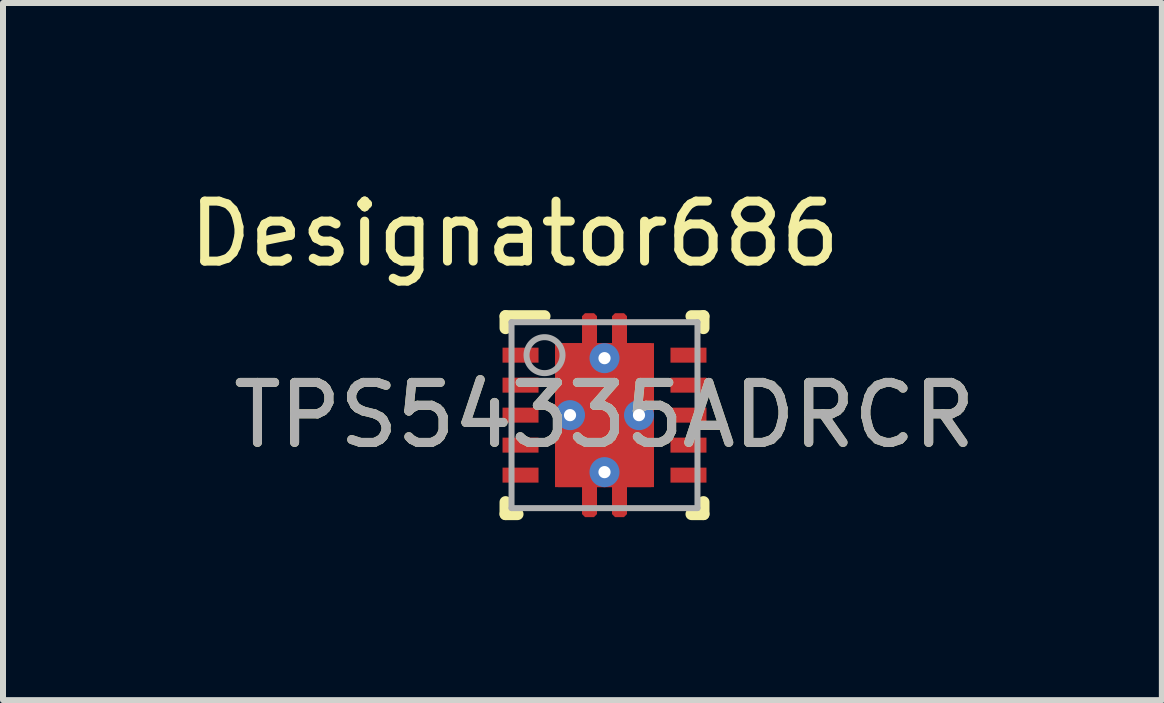
<source format=kicad_pcb>
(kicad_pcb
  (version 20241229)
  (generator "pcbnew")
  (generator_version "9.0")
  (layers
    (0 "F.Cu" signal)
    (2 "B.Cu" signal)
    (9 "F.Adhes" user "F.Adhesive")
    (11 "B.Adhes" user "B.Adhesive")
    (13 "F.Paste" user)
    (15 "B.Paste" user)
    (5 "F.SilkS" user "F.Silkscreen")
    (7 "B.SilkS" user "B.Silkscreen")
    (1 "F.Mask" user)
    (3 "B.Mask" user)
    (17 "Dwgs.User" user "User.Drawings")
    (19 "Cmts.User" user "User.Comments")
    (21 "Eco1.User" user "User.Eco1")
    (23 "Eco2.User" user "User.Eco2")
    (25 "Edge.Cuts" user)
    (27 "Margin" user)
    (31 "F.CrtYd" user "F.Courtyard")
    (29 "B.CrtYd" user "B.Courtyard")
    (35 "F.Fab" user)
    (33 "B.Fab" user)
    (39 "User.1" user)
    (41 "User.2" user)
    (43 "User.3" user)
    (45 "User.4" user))
  (footprint "TPS54335ADRCR"
    (layer "F.Cu")
    (at 7.028 3.871)
    (property "Reference" "TPS54335ADRCR" (at 0 0 0) (unlocked yes) (layer "F.SilkS") (effects (font (size 1 1) (thickness 0.15))))
    (attr smd)
    (fp_poly (pts (xy -0.375 1.65) (xy -0.375 1.2) (xy -0.775 1.2) (xy -0.825 1.15) (xy -0.825 -1.15) (xy -0.775 -1.2) (xy -0.375 -1.2) (xy -0.375 -1.65) (xy -0.325 -1.7) (xy -0.325 -1.7) (xy -0.175 -1.7) (xy -0.175 -1.7) (xy -0.125 -1.65) (xy -0.125 -1.2) (xy 0.125 -1.2) (xy 0.125 -1.65) (xy 0.175 -1.7) (xy 0.175 -1.7) (xy 0.325 -1.7) (xy 0.325 -1.7) (xy 0.375 -1.65) (xy 0.375 -1.2) (xy 0.775 -1.2) (xy 0.825 -1.15) (xy 0.825 1.15) (xy 0.775 1.2) (xy 0.375 1.2) (xy 0.375 1.65) (xy 0.325 1.7) (xy 0.175 1.7) (xy 0.125 1.65) (xy 0.125 1.2) (xy -0.125 1.2) (xy -0.125 1.65) (xy -0.175 1.7) (xy -0.325 1.7)) (stroke (width 0) (type solid)) (fill yes) (layer "F.Cu"))
    (fp_poly (pts (xy -0.411 1.686) (xy -0.417 1.678) (xy -0.422 1.669) (xy -0.425 1.66) (xy -0.426 1.65) (xy -0.426 1.251) (xy -0.775 1.251) (xy -0.785 1.25) (xy -0.794 1.247) (xy -0.803 1.242) (xy -0.811 1.236) (xy -0.861 1.186) (xy -0.867 1.178) (xy -0.872 1.169) (xy -0.875 1.16) (xy -0.876 1.15) (xy -0.876 -1.15) (xy -0.875 -1.16) (xy -0.872 -1.169) (xy -0.867 -1.178) (xy -0.861 -1.186) (xy -0.811 -1.236) (xy -0.803 -1.242) (xy -0.794 -1.247) (xy -0.785 -1.25) (xy -0.775 -1.251) (xy -0.426 -1.251) (xy -0.426 -1.65) (xy -0.425 -1.66) (xy -0.422 -1.669) (xy -0.417 -1.678) (xy -0.411 -1.686) (xy -0.361 -1.736) (xy -0.361 -1.736) (xy -0.353 -1.742) (xy -0.344 -1.747) (xy -0.335 -1.75) (xy -0.325 -1.751) (xy -0.175 -1.751) (xy -0.165 -1.75) (xy -0.156 -1.747) (xy -0.147 -1.742) (xy -0.139 -1.736) (xy -0.089 -1.686) (xy -0.083 -1.678) (xy -0.078 -1.669) (xy -0.075 -1.66) (xy -0.074 -1.65) (xy -0.074 -1.251) (xy 0.074 -1.251) (xy 0.074 -1.65) (xy 0.075 -1.66) (xy 0.078 -1.669) (xy 0.083 -1.678) (xy 0.089 -1.686) (xy 0.139 -1.736) (xy 0.139 -1.736) (xy 0.147 -1.742) (xy 0.156 -1.747) (xy 0.165 -1.75) (xy 0.175 -1.751) (xy 0.325 -1.751) (xy 0.335 -1.75) (xy 0.344 -1.747) (xy 0.353 -1.742) (xy 0.361 -1.736) (xy 0.411 -1.686) (xy 0.417 -1.678) (xy 0.422 -1.669) (xy 0.425 -1.66) (xy 0.426 -1.65) (xy 0.426 -1.251) (xy 0.775 -1.251) (xy 0.785 -1.25) (xy 0.794 -1.247) (xy 0.803 -1.242) (xy 0.811 -1.236) (xy 0.861 -1.186) (xy 0.867 -1.178) (xy 0.872 -1.169) (xy 0.875 -1.16) (xy 0.876 -1.15) (xy 0.876 1.15) (xy 0.875 1.16) (xy 0.872 1.169) (xy 0.867 1.178) (xy 0.861 1.186) (xy 0.811 1.236) (xy 0.803 1.242) (xy 0.794 1.247) (xy 0.785 1.25) (xy 0.775 1.251) (xy 0.426 1.251) (xy 0.426 1.65) (xy 0.425 1.66) (xy 0.422 1.669) (xy 0.417 1.678) (xy 0.411 1.686) (xy 0.361 1.736) (xy 0.353 1.742) (xy 0.344 1.747) (xy 0.335 1.75) (xy 0.325 1.751) (xy 0.175 1.751) (xy 0.165 1.75) (xy 0.156 1.747) (xy 0.147 1.742) (xy 0.139 1.736) (xy 0.089 1.686) (xy 0.083 1.678) (xy 0.078 1.669) (xy 0.075 1.66) (xy 0.074 1.65) (xy 0.074 1.251) (xy -0.074 1.251) (xy -0.074 1.65) (xy -0.075 1.66) (xy -0.078 1.669) (xy -0.083 1.678) (xy -0.089 1.686) (xy -0.139 1.736) (xy -0.147 1.742) (xy -0.156 1.747) (xy -0.165 1.75) (xy -0.175 1.751) (xy -0.325 1.751) (xy -0.335 1.75) (xy -0.344 1.747) (xy -0.353 1.742) (xy -0.361 1.736)) (stroke (width 0) (type solid)) (fill yes) (layer "F.Mask"))
    (fp_line (start -1.65 -1.65) (end -1 -1.65) (stroke (width 0.2) (type solid)) (layer "F.SilkS"))
    (fp_line (start -1.65 -1.45) (end -1.65 -1.65) (stroke (width 0.2) (type solid)) (layer "F.SilkS"))
    (fp_line (start -1.65 1.65) (end -1.65 1.45) (stroke (width 0.2) (type solid)) (layer "F.SilkS"))
    (fp_line (start -1.65 1.65) (end -1.45 1.65) (stroke (width 0.2) (type solid)) (layer "F.SilkS"))
    (fp_line (start 1.45 -1.65) (end 1.65 -1.65) (stroke (width 0.2) (type solid)) (layer "F.SilkS"))
    (fp_line (start 1.45 1.65) (end 1.65 1.65) (stroke (width 0.2) (type solid)) (layer "F.SilkS"))
    (fp_line (start 1.65 -1.45) (end 1.65 -1.65) (stroke (width 0.2) (type solid)) (layer "F.SilkS"))
    (fp_line (start 1.65 1.65) (end 1.65 1.45) (stroke (width 0.2) (type solid)) (layer "F.SilkS"))
    (fp_poly (pts (xy -0.75 -0.15) (xy -0.75 -1.11) (xy -0.7 -1.16) (xy 0.7 -1.16) (xy 0.75 -1.11) (xy 0.75 -0.15) (xy 0.7 -0.1) (xy -0.7 -0.1)) (stroke (width 0) (type solid)) (fill yes) (layer "F.Paste"))
    (fp_poly (pts (xy -0.75 1.11) (xy -0.7 1.16) (xy 0.7 1.16) (xy 0.75 1.11) (xy 0.75 0.15) (xy 0.7 0.1) (xy -0.7 0.1) (xy -0.75 0.15)) (stroke (width 0) (type solid)) (fill yes) (layer "F.Paste"))
    (fp_poly (pts (xy -0.375 1.65) (xy -0.375 1.41) (xy -0.325 1.36) (xy -0.175 1.36) (xy -0.125 1.41) (xy -0.125 1.65) (xy -0.175 1.7) (xy -0.325 1.7)) (stroke (width 0) (type solid)) (fill yes) (layer "F.Paste"))
    (fp_poly (pts (xy 0.125 1.65) (xy 0.175 1.7) (xy 0.325 1.7) (xy 0.375 1.65) (xy 0.375 1.41) (xy 0.325 1.36) (xy 0.175 1.36) (xy 0.125 1.41)) (stroke (width 0) (type solid)) (fill yes) (layer "F.Paste"))
    (fp_poly (pts (xy -0.375 -1.41) (xy -0.375 -1.65) (xy -0.325 -1.7) (xy -0.325 -1.7) (xy -0.175 -1.7) (xy -0.175 -1.7) (xy -0.125 -1.65) (xy -0.125 -1.41) (xy -0.175 -1.36) (xy -0.325 -1.36)) (stroke (width 0) (type solid)) (fill yes) (layer "F.Paste"))
    (fp_poly (pts (xy 0.125 -1.41) (xy 0.125 -1.65) (xy 0.175 -1.7) (xy 0.175 -1.7) (xy 0.325 -1.7) (xy 0.325 -1.7) (xy 0.375 -1.65) (xy 0.375 -1.41) (xy 0.325 -1.36) (xy 0.175 -1.36)) (stroke (width 0) (type solid)) (fill yes) (layer "F.Paste"))
    (fp_line (start -1.55 -1.55) (end 1.55 -1.55) (stroke (width 0.1) (type solid)) (layer "F.Fab"))
    (fp_line (start -1.55 1.55) (end -1.55 -1.55) (stroke (width 0.1) (type solid)) (layer "F.Fab"))
    (fp_line (start -1.55 1.55) (end 1.55 1.55) (stroke (width 0.1) (type solid)) (layer "F.Fab"))
    (fp_line (start 1.55 1.55) (end 1.55 -1.55) (stroke (width 0.1) (type solid)) (layer "F.Fab"))
    (fp_circle (center -1 -1) (end -0.7 -1) (stroke (width 0.1) (type solid)) (fill no) (layer "F.Fab"))
    (fp_text user "Designator686" (at -1.499 -3.023 0) (unlocked yes) (layer "F.SilkS") (effects (font (size 1 1) (thickness 0.15))))
    (fp_text user "${REFERENCE}" (at 0 0 0) (unlocked yes) (layer "F.Fab") (effects (font (size 1 1) (thickness 0.15))))
    (pad "1" smd rect (at -1.4 -1) (size 0.6 0.25) (layers "F.Cu" "F.Mask" "F.Paste"))
    (pad "2" smd rect (at -1.4 -0.5) (size 0.6 0.25) (layers "F.Cu" "F.Mask" "F.Paste"))
    (pad "3" smd rect (at -1.4 0) (size 0.6 0.25) (layers "F.Cu" "F.Mask" "F.Paste"))
    (pad "4" smd rect (at -1.4 0.5) (size 0.6 0.25) (layers "F.Cu" "F.Mask" "F.Paste"))
    (pad "5" smd rect (at -1.4 1) (size 0.6 0.25) (layers "F.Cu" "F.Mask" "F.Paste"))
    (pad "6" smd rect (at 1.4 1) (size 0.6 0.25) (layers "F.Cu" "F.Mask" "F.Paste"))
    (pad "7" smd rect (at 1.4 0.5) (size 0.6 0.25) (layers "F.Cu" "F.Mask" "F.Paste"))
    (pad "8" smd rect (at 1.4 0) (size 0.6 0.25) (layers "F.Cu" "F.Mask" "F.Paste"))
    (pad "9" smd rect (at 1.4 -0.5) (size 0.6 0.25) (layers "F.Cu" "F.Mask" "F.Paste"))
    (pad "10" smd rect (at 1.4 -1) (size 0.6 0.25) (layers "F.Cu" "F.Mask" "F.Paste"))
    (pad "11" smd rect (at 0 0) (size 1.65 2.4) (layers "F.Cu"))
    (pad "V" thru_hole circle (at -0.575 0) (size 0.5 0.5) (drill 0.203) (layers "*.Cu" "*.Mask"))
    (pad "V" thru_hole circle (at 0 -0.95) (size 0.5 0.5) (drill 0.203) (layers "*.Cu" "*.Mask"))
    (pad "V" thru_hole circle (at 0 0.95) (size 0.5 0.5) (drill 0.203) (layers "*.Cu" "*.Mask"))
    (pad "V" thru_hole circle (at 0.575 0) (size 0.5 0.5) (drill 0.203) (layers "*.Cu" "*.Mask")))
  (gr_rect
    (start -3 -3)
    (end 16.32 8.622)
    (stroke (width 0.1) (type default))
    (fill no)
    (layer "Edge.Cuts")))
</source>
